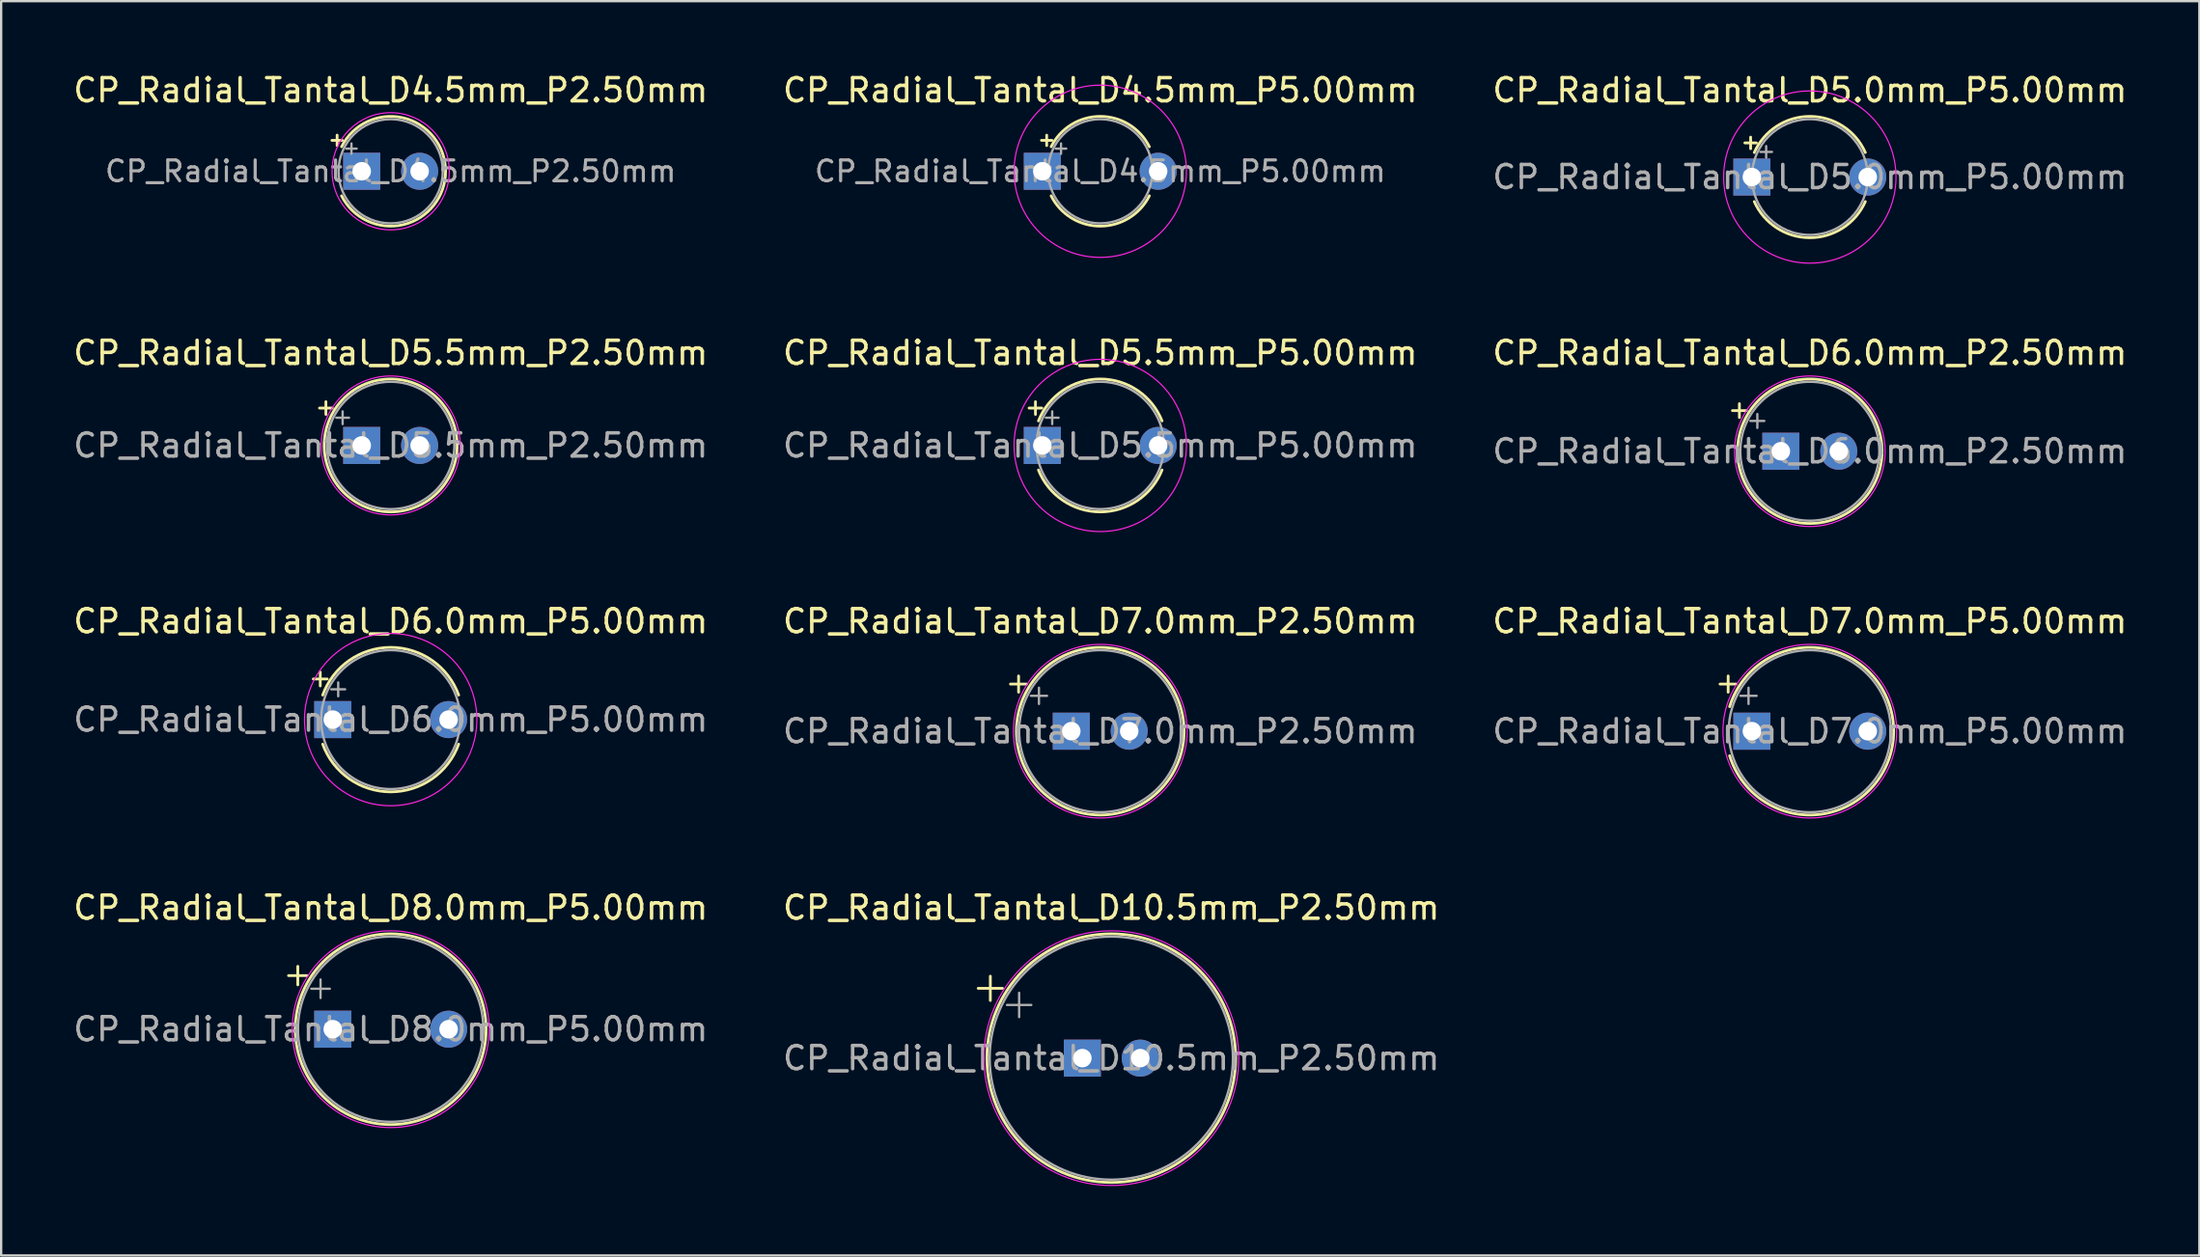
<source format=kicad_pcb>
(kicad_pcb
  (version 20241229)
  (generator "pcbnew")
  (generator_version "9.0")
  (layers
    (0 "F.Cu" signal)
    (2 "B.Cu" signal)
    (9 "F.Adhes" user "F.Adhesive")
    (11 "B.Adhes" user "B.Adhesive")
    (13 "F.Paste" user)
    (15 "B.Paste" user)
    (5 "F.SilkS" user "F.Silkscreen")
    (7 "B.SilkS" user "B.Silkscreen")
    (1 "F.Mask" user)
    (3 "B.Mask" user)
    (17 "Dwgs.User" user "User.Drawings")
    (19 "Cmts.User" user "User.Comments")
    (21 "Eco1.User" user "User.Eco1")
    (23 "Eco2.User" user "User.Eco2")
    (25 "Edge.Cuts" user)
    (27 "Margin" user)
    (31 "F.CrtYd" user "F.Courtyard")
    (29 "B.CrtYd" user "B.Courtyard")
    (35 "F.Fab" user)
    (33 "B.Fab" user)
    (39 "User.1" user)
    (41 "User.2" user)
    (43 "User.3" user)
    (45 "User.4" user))
  (footprint "CP_Radial_Tantal_D6.0mm_P5.00mm"
    (layer "F.Cu")
    (at 11.315 28.035)
    (property "Reference" "CP_Radial_Tantal_D6.0mm_P5.00mm" (at 2.5 -4.25 0) (layer "F.SilkS") (effects (font (size 1 1) (thickness 0.15))))
    (attr through_hole)
    (fp_line (start -0.84 -1.755) (end -0.24 -1.755) (stroke (width 0.12) (type solid)) (layer "F.SilkS"))
    (fp_line (start -0.54 -2.055) (end -0.54 -1.455) (stroke (width 0.12) (type solid)) (layer "F.SilkS"))
    (fp_arc (start -0.434416 -1.06) (mid 2.5 -3.12) (end 5.434416 -1.06) (stroke (width 0.12) (type solid)) (layer "F.SilkS"))
    (fp_arc (start 5.434416 1.06) (mid 2.5 3.12) (end -0.434416 1.06) (stroke (width 0.12) (type solid)) (layer "F.SilkS"))
    (fp_circle (center 2.5 0) (end 6.22 0) (stroke (width 0.05) (type solid)) (fill no) (layer "F.CrtYd"))
    (fp_line (start -0.065 -1.308) (end 0.535 -1.308) (stroke (width 0.1) (type solid)) (layer "F.Fab"))
    (fp_line (start 0.235 -1.607) (end 0.235 -1.008) (stroke (width 0.1) (type solid)) (layer "F.Fab"))
    (fp_circle (center 2.5 0) (end 5.5 0) (stroke (width 0.1) (type solid)) (fill no) (layer "F.Fab"))
    (fp_text user "${REFERENCE}" (at 2.5 0 0) (layer "F.Fab") (effects (font (size 1 1) (thickness 0.15))))
    (pad "1" thru_hole rect (at 0 0) (size 1.6 1.6) (drill 0.8) (layers "*.Cu" "*.Mask"))
    (pad "2" thru_hole circle (at 5 0) (size 1.6 1.6) (drill 0.8) (layers "*.Cu" "*.Mask")))
  (footprint "CP_Radial_Tantal_D7.0mm_P2.50mm"
    (layer "F.Cu")
    (at 43.196 28.535)
    (property "Reference" "CP_Radial_Tantal_D7.0mm_P2.50mm" (at 1.25 -4.75 0) (layer "F.SilkS") (effects (font (size 1 1) (thickness 0.15))))
    (attr through_hole)
    (fp_line (start -2.625 -2.035) (end -1.925 -2.035) (stroke (width 0.12) (type solid)) (layer "F.SilkS"))
    (fp_line (start -2.275 -2.385) (end -2.275 -1.685) (stroke (width 0.12) (type solid)) (layer "F.SilkS"))
    (fp_circle (center 1.25 0) (end 4.87 0) (stroke (width 0.12) (type solid)) (fill no) (layer "F.SilkS"))
    (fp_circle (center 1.25 0) (end 5 0) (stroke (width 0.05) (type solid)) (fill no) (layer "F.CrtYd"))
    (fp_line (start -1.746 -1.528) (end -1.046 -1.528) (stroke (width 0.1) (type solid)) (layer "F.Fab"))
    (fp_line (start -1.396 -1.877) (end -1.396 -1.177) (stroke (width 0.1) (type solid)) (layer "F.Fab"))
    (fp_circle (center 1.25 0) (end 4.75 0) (stroke (width 0.1) (type solid)) (fill no) (layer "F.Fab"))
    (fp_text user "${REFERENCE}" (at 1.25 0 0) (layer "F.Fab") (effects (font (size 1 1) (thickness 0.15))))
    (pad "1" thru_hole rect (at 0 0) (size 1.6 1.6) (drill 0.8) (layers "*.Cu" "*.Mask"))
    (pad "2" thru_hole circle (at 2.5 0) (size 1.6 1.6) (drill 0.8) (layers "*.Cu" "*.Mask")))
  (footprint "CP_Radial_Tantal_D5.5mm_P2.50mm"
    (layer "F.Cu")
    (at 12.565 16.192)
    (property "Reference" "CP_Radial_Tantal_D5.5mm_P2.50mm" (at 1.25 -4 0) (layer "F.SilkS") (effects (font (size 1 1) (thickness 0.15))))
    (attr through_hole)
    (fp_line (start -1.822 -1.615) (end -1.272 -1.615) (stroke (width 0.12) (type solid)) (layer "F.SilkS"))
    (fp_line (start -1.547 -1.89) (end -1.547 -1.34) (stroke (width 0.12) (type solid)) (layer "F.SilkS"))
    (fp_circle (center 1.25 0) (end 4.12 0) (stroke (width 0.12) (type solid)) (fill no) (layer "F.SilkS"))
    (fp_circle (center 1.25 0) (end 4.25 0) (stroke (width 0.05) (type solid)) (fill no) (layer "F.CrtYd"))
    (fp_line (start -1.099 -1.198) (end -0.549 -1.198) (stroke (width 0.1) (type solid)) (layer "F.Fab"))
    (fp_line (start -0.824 -1.472) (end -0.824 -0.922) (stroke (width 0.1) (type solid)) (layer "F.Fab"))
    (fp_circle (center 1.25 0) (end 4 0) (stroke (width 0.1) (type solid)) (fill no) (layer "F.Fab"))
    (fp_text user "${REFERENCE}" (at 1.25 0 0) (layer "F.Fab") (effects (font (size 1 1) (thickness 0.15))))
    (pad "1" thru_hole rect (at 0 0) (size 1.6 1.6) (drill 0.8) (layers "*.Cu" "*.Mask"))
    (pad "2" thru_hole circle (at 2.5 0) (size 1.6 1.6) (drill 0.8) (layers "*.Cu" "*.Mask")))
  (footprint "CP_Radial_Tantal_D5.5mm_P5.00mm"
    (layer "F.Cu")
    (at 41.946 16.192)
    (property "Reference" "CP_Radial_Tantal_D5.5mm_P5.00mm" (at 2.5 -4 0) (layer "F.SilkS") (effects (font (size 1 1) (thickness 0.15))))
    (attr through_hole)
    (fp_line (start -0.572 -1.615) (end -0.022 -1.615) (stroke (width 0.12) (type solid)) (layer "F.SilkS"))
    (fp_line (start -0.297 -1.89) (end -0.297 -1.34) (stroke (width 0.12) (type solid)) (layer "F.SilkS"))
    (fp_arc (start -0.167077 -1.06) (mid 2.5 -2.87) (end 5.167077 -1.06) (stroke (width 0.12) (type solid)) (layer "F.SilkS"))
    (fp_arc (start 5.167077 1.06) (mid 2.5 2.87) (end -0.167077 1.06) (stroke (width 0.12) (type solid)) (layer "F.SilkS"))
    (fp_circle (center 2.5 0) (end 6.22 0) (stroke (width 0.05) (type solid)) (fill no) (layer "F.CrtYd"))
    (fp_line (start 0.151 -1.198) (end 0.701 -1.198) (stroke (width 0.1) (type solid)) (layer "F.Fab"))
    (fp_line (start 0.426 -1.472) (end 0.426 -0.922) (stroke (width 0.1) (type solid)) (layer "F.Fab"))
    (fp_circle (center 2.5 0) (end 5.25 0) (stroke (width 0.1) (type solid)) (fill no) (layer "F.Fab"))
    (fp_text user "${REFERENCE}" (at 2.5 0 0) (layer "F.Fab") (effects (font (size 1 1) (thickness 0.15))))
    (pad "1" thru_hole rect (at 0 0) (size 1.6 1.6) (drill 0.8) (layers "*.Cu" "*.Mask"))
    (pad "2" thru_hole circle (at 5 0) (size 1.6 1.6) (drill 0.8) (layers "*.Cu" "*.Mask")))
  (footprint "CP_Radial_Tantal_D4.5mm_P5.00mm"
    (layer "F.Cu")
    (at 41.946 4.348)
    (property "Reference" "CP_Radial_Tantal_D4.5mm_P5.00mm" (at 2.5 -3.5 0) (layer "F.SilkS") (effects (font (size 1 1) (thickness 0.15))))
    (attr through_hole)
    (fp_line (start -0.037 -1.335) (end 0.413 -1.335) (stroke (width 0.12) (type solid)) (layer "F.SilkS"))
    (fp_line (start 0.188 -1.56) (end 0.188 -1.11) (stroke (width 0.12) (type solid)) (layer "F.SilkS"))
    (fp_arc (start 0.380259 -1.06) (mid 2.5 -2.37) (end 4.619741 -1.06) (stroke (width 0.12) (type solid)) (layer "F.SilkS"))
    (fp_arc (start 4.619741 1.06) (mid 2.5 2.37) (end 0.380259 1.06) (stroke (width 0.12) (type solid)) (layer "F.SilkS"))
    (fp_circle (center 2.5 0) (end 6.22 0) (stroke (width 0.05) (type solid)) (fill no) (layer "F.CrtYd"))
    (fp_line (start 0.582 -0.978) (end 1.032 -0.978) (stroke (width 0.1) (type solid)) (layer "F.Fab"))
    (fp_line (start 0.807 -1.202) (end 0.807 -0.752) (stroke (width 0.1) (type solid)) (layer "F.Fab"))
    (fp_circle (center 2.5 0) (end 4.75 0) (stroke (width 0.1) (type solid)) (fill no) (layer "F.Fab"))
    (fp_text user "${REFERENCE}" (at 2.5 0 0) (layer "F.Fab") (effects (font (size 0.9 0.9) (thickness 0.135))))
    (pad "1" thru_hole rect (at 0 0) (size 1.6 1.6) (drill 0.8) (layers "*.Cu" "*.Mask"))
    (pad "2" thru_hole circle (at 5 0) (size 1.6 1.6) (drill 0.8) (layers "*.Cu" "*.Mask")))
  (footprint "CP_Radial_Tantal_D5.0mm_P5.00mm"
    (layer "F.Cu")
    (at 72.577 4.598)
    (property "Reference" "CP_Radial_Tantal_D5.0mm_P5.00mm" (at 2.5 -3.75 0) (layer "F.SilkS") (effects (font (size 1 1) (thickness 0.15))))
    (attr through_hole)
    (fp_line (start -0.305 -1.475) (end 0.195 -1.475) (stroke (width 0.12) (type solid)) (layer "F.SilkS"))
    (fp_line (start -0.055 -1.725) (end -0.055 -1.225) (stroke (width 0.12) (type solid)) (layer "F.SilkS"))
    (fp_arc (start 0.104003 -1.06) (mid 2.5 -2.62) (end 4.895997 -1.06) (stroke (width 0.12) (type solid)) (layer "F.SilkS"))
    (fp_arc (start 4.895997 1.06) (mid 2.5 2.62) (end 0.104003 1.06) (stroke (width 0.12) (type solid)) (layer "F.SilkS"))
    (fp_circle (center 2.5 0) (end 6.22 0) (stroke (width 0.05) (type solid)) (fill no) (layer "F.CrtYd"))
    (fp_line (start 0.366 -1.087) (end 0.866 -1.087) (stroke (width 0.1) (type solid)) (layer "F.Fab"))
    (fp_line (start 0.616 -1.337) (end 0.616 -0.838) (stroke (width 0.1) (type solid)) (layer "F.Fab"))
    (fp_circle (center 2.5 0) (end 5 0) (stroke (width 0.1) (type solid)) (fill no) (layer "F.Fab"))
    (fp_text user "${REFERENCE}" (at 2.5 0 0) (layer "F.Fab") (effects (font (size 1 1) (thickness 0.15))))
    (pad "1" thru_hole rect (at 0 0) (size 1.6 1.6) (drill 0.8) (layers "*.Cu" "*.Mask"))
    (pad "2" thru_hole circle (at 5 0) (size 1.6 1.6) (drill 0.8) (layers "*.Cu" "*.Mask")))
  (footprint "CP_Radial_Tantal_D7.0mm_P5.00mm"
    (layer "F.Cu")
    (at 72.577 28.535)
    (property "Reference" "CP_Radial_Tantal_D7.0mm_P5.00mm" (at 2.5 -4.75 0) (layer "F.SilkS") (effects (font (size 1 1) (thickness 0.15))))
    (attr through_hole)
    (fp_line (start -1.375 -2.035) (end -0.675 -2.035) (stroke (width 0.12) (type solid)) (layer "F.SilkS"))
    (fp_line (start -1.025 -2.385) (end -1.025 -1.685) (stroke (width 0.12) (type solid)) (layer "F.SilkS"))
    (fp_arc (start -0.961329 -1.06) (mid 6.12 0) (end -0.961329 1.06) (stroke (width 0.12) (type solid)) (layer "F.SilkS"))
    (fp_circle (center 2.5 0) (end 6.25 0) (stroke (width 0.05) (type solid)) (fill no) (layer "F.CrtYd"))
    (fp_line (start -0.496 -1.528) (end 0.204 -1.528) (stroke (width 0.1) (type solid)) (layer "F.Fab"))
    (fp_line (start -0.146 -1.877) (end -0.146 -1.177) (stroke (width 0.1) (type solid)) (layer "F.Fab"))
    (fp_circle (center 2.5 0) (end 6 0) (stroke (width 0.1) (type solid)) (fill no) (layer "F.Fab"))
    (fp_text user "${REFERENCE}" (at 2.5 0 0) (layer "F.Fab") (effects (font (size 1 1) (thickness 0.15))))
    (pad "1" thru_hole rect (at 0 0) (size 1.6 1.6) (drill 0.8) (layers "*.Cu" "*.Mask"))
    (pad "2" thru_hole circle (at 5 0) (size 1.6 1.6) (drill 0.8) (layers "*.Cu" "*.Mask")))
  (footprint "CP_Radial_Tantal_D6.0mm_P2.50mm"
    (layer "F.Cu")
    (at 73.827 16.442)
    (property "Reference" "CP_Radial_Tantal_D6.0mm_P2.50mm" (at 1.25 -4.25 0) (layer "F.SilkS") (effects (font (size 1 1) (thickness 0.15))))
    (attr through_hole)
    (fp_line (start -2.09 -1.755) (end -1.49 -1.755) (stroke (width 0.12) (type solid)) (layer "F.SilkS"))
    (fp_line (start -1.79 -2.055) (end -1.79 -1.455) (stroke (width 0.12) (type solid)) (layer "F.SilkS"))
    (fp_circle (center 1.25 0) (end 4.37 0) (stroke (width 0.12) (type solid)) (fill no) (layer "F.SilkS"))
    (fp_circle (center 1.25 0) (end 4.5 0) (stroke (width 0.05) (type solid)) (fill no) (layer "F.CrtYd"))
    (fp_line (start -1.315 -1.308) (end -0.715 -1.308) (stroke (width 0.1) (type solid)) (layer "F.Fab"))
    (fp_line (start -1.015 -1.607) (end -1.015 -1.008) (stroke (width 0.1) (type solid)) (layer "F.Fab"))
    (fp_circle (center 1.25 0) (end 4.25 0) (stroke (width 0.1) (type solid)) (fill no) (layer "F.Fab"))
    (fp_text user "${REFERENCE}" (at 1.25 0 0) (layer "F.Fab") (effects (font (size 1 1) (thickness 0.15))))
    (pad "1" thru_hole rect (at 0 0) (size 1.6 1.6) (drill 0.8) (layers "*.Cu" "*.Mask"))
    (pad "2" thru_hole circle (at 2.5 0) (size 1.6 1.6) (drill 0.8) (layers "*.Cu" "*.Mask")))
  (footprint "CP_Radial_Tantal_D10.5mm_P2.50mm"
    (layer "F.Cu")
    (at 43.673 42.658)
    (property "Reference" "CP_Radial_Tantal_D10.5mm_P2.50mm" (at 1.25 -6.5 0) (layer "F.SilkS") (effects (font (size 1 1) (thickness 0.15))))
    (attr through_hole)
    (fp_line (start -4.497 -3.015) (end -3.447 -3.015) (stroke (width 0.12) (type solid)) (layer "F.SilkS"))
    (fp_line (start -3.972 -3.54) (end -3.972 -2.49) (stroke (width 0.12) (type solid)) (layer "F.SilkS"))
    (fp_circle (center 1.25 0) (end 6.62 0) (stroke (width 0.12) (type solid)) (fill no) (layer "F.SilkS"))
    (fp_circle (center 1.25 0) (end 6.75 0) (stroke (width 0.05) (type solid)) (fill no) (layer "F.CrtYd"))
    (fp_line (start -3.254 -2.297) (end -2.204 -2.297) (stroke (width 0.1) (type solid)) (layer "F.Fab"))
    (fp_line (start -2.729 -2.822) (end -2.729 -1.772) (stroke (width 0.1) (type solid)) (layer "F.Fab"))
    (fp_circle (center 1.25 0) (end 6.5 0) (stroke (width 0.1) (type solid)) (fill no) (layer "F.Fab"))
    (fp_text user "${REFERENCE}" (at 1.25 0 0) (layer "F.Fab") (effects (font (size 1 1) (thickness 0.15))))
    (pad "1" thru_hole rect (at 0 0) (size 1.6 1.6) (drill 0.8) (layers "*.Cu" "*.Mask"))
    (pad "2" thru_hole circle (at 2.5 0) (size 1.6 1.6) (drill 0.8) (layers "*.Cu" "*.Mask")))
  (footprint "CP_Radial_Tantal_D8.0mm_P5.00mm"
    (layer "F.Cu")
    (at 11.315 41.408)
    (property "Reference" "CP_Radial_Tantal_D8.0mm_P5.00mm" (at 2.5 -5.25 0) (layer "F.SilkS") (effects (font (size 1 1) (thickness 0.15))))
    (attr through_hole)
    (fp_line (start -1.91 -2.315) (end -1.11 -2.315) (stroke (width 0.12) (type solid)) (layer "F.SilkS"))
    (fp_line (start -1.51 -2.715) (end -1.51 -1.915) (stroke (width 0.12) (type solid)) (layer "F.SilkS"))
    (fp_circle (center 2.5 0) (end 6.62 0) (stroke (width 0.12) (type solid)) (fill no) (layer "F.SilkS"))
    (fp_circle (center 2.5 0) (end 6.75 0) (stroke (width 0.05) (type solid)) (fill no) (layer "F.CrtYd"))
    (fp_line (start -0.927 -1.748) (end -0.127 -1.748) (stroke (width 0.1) (type solid)) (layer "F.Fab"))
    (fp_line (start -0.527 -2.147) (end -0.527 -1.347) (stroke (width 0.1) (type solid)) (layer "F.Fab"))
    (fp_circle (center 2.5 0) (end 6.5 0) (stroke (width 0.1) (type solid)) (fill no) (layer "F.Fab"))
    (fp_text user "${REFERENCE}" (at 2.5 0 0) (layer "F.Fab") (effects (font (size 1 1) (thickness 0.15))))
    (pad "1" thru_hole rect (at 0 0) (size 1.6 1.6) (drill 0.8) (layers "*.Cu" "*.Mask"))
    (pad "2" thru_hole circle (at 5 0) (size 1.6 1.6) (drill 0.8) (layers "*.Cu" "*.Mask")))
  (footprint "CP_Radial_Tantal_D4.5mm_P2.50mm"
    (layer "F.Cu")
    (at 12.565 4.348)
    (property "Reference" "CP_Radial_Tantal_D4.5mm_P2.50mm" (at 1.25 -3.5 0) (layer "F.SilkS") (effects (font (size 1 1) (thickness 0.15))))
    (attr through_hole)
    (fp_line (start -1.287 -1.335) (end -0.837 -1.335) (stroke (width 0.12) (type solid)) (layer "F.SilkS"))
    (fp_line (start -1.062 -1.56) (end -1.062 -1.11) (stroke (width 0.12) (type solid)) (layer "F.SilkS"))
    (fp_arc (start -0.869741 -1.06) (mid 3.62 0) (end -0.869741 1.06) (stroke (width 0.12) (type solid)) (layer "F.SilkS"))
    (fp_circle (center 1.25 0) (end 3.78 0) (stroke (width 0.05) (type solid)) (fill no) (layer "F.CrtYd"))
    (fp_line (start -0.668 -0.978) (end -0.218 -0.978) (stroke (width 0.1) (type solid)) (layer "F.Fab"))
    (fp_line (start -0.443 -1.202) (end -0.443 -0.752) (stroke (width 0.1) (type solid)) (layer "F.Fab"))
    (fp_circle (center 1.25 0) (end 3.5 0) (stroke (width 0.1) (type solid)) (fill no) (layer "F.Fab"))
    (fp_text user "${REFERENCE}" (at 1.25 0 0) (layer "F.Fab") (effects (font (size 0.9 0.9) (thickness 0.135))))
    (pad "1" thru_hole rect (at 0 0) (size 1.6 1.6) (drill 0.8) (layers "*.Cu" "*.Mask"))
    (pad "2" thru_hole circle (at 2.5 0) (size 1.6 1.6) (drill 0.8) (layers "*.Cu" "*.Mask")))
  (gr_rect
    (start -3 -3)
    (end 91.893 51.183)
    (stroke (width 0.1) (type default))
    (fill no)
    (layer "Edge.Cuts")))
</source>
